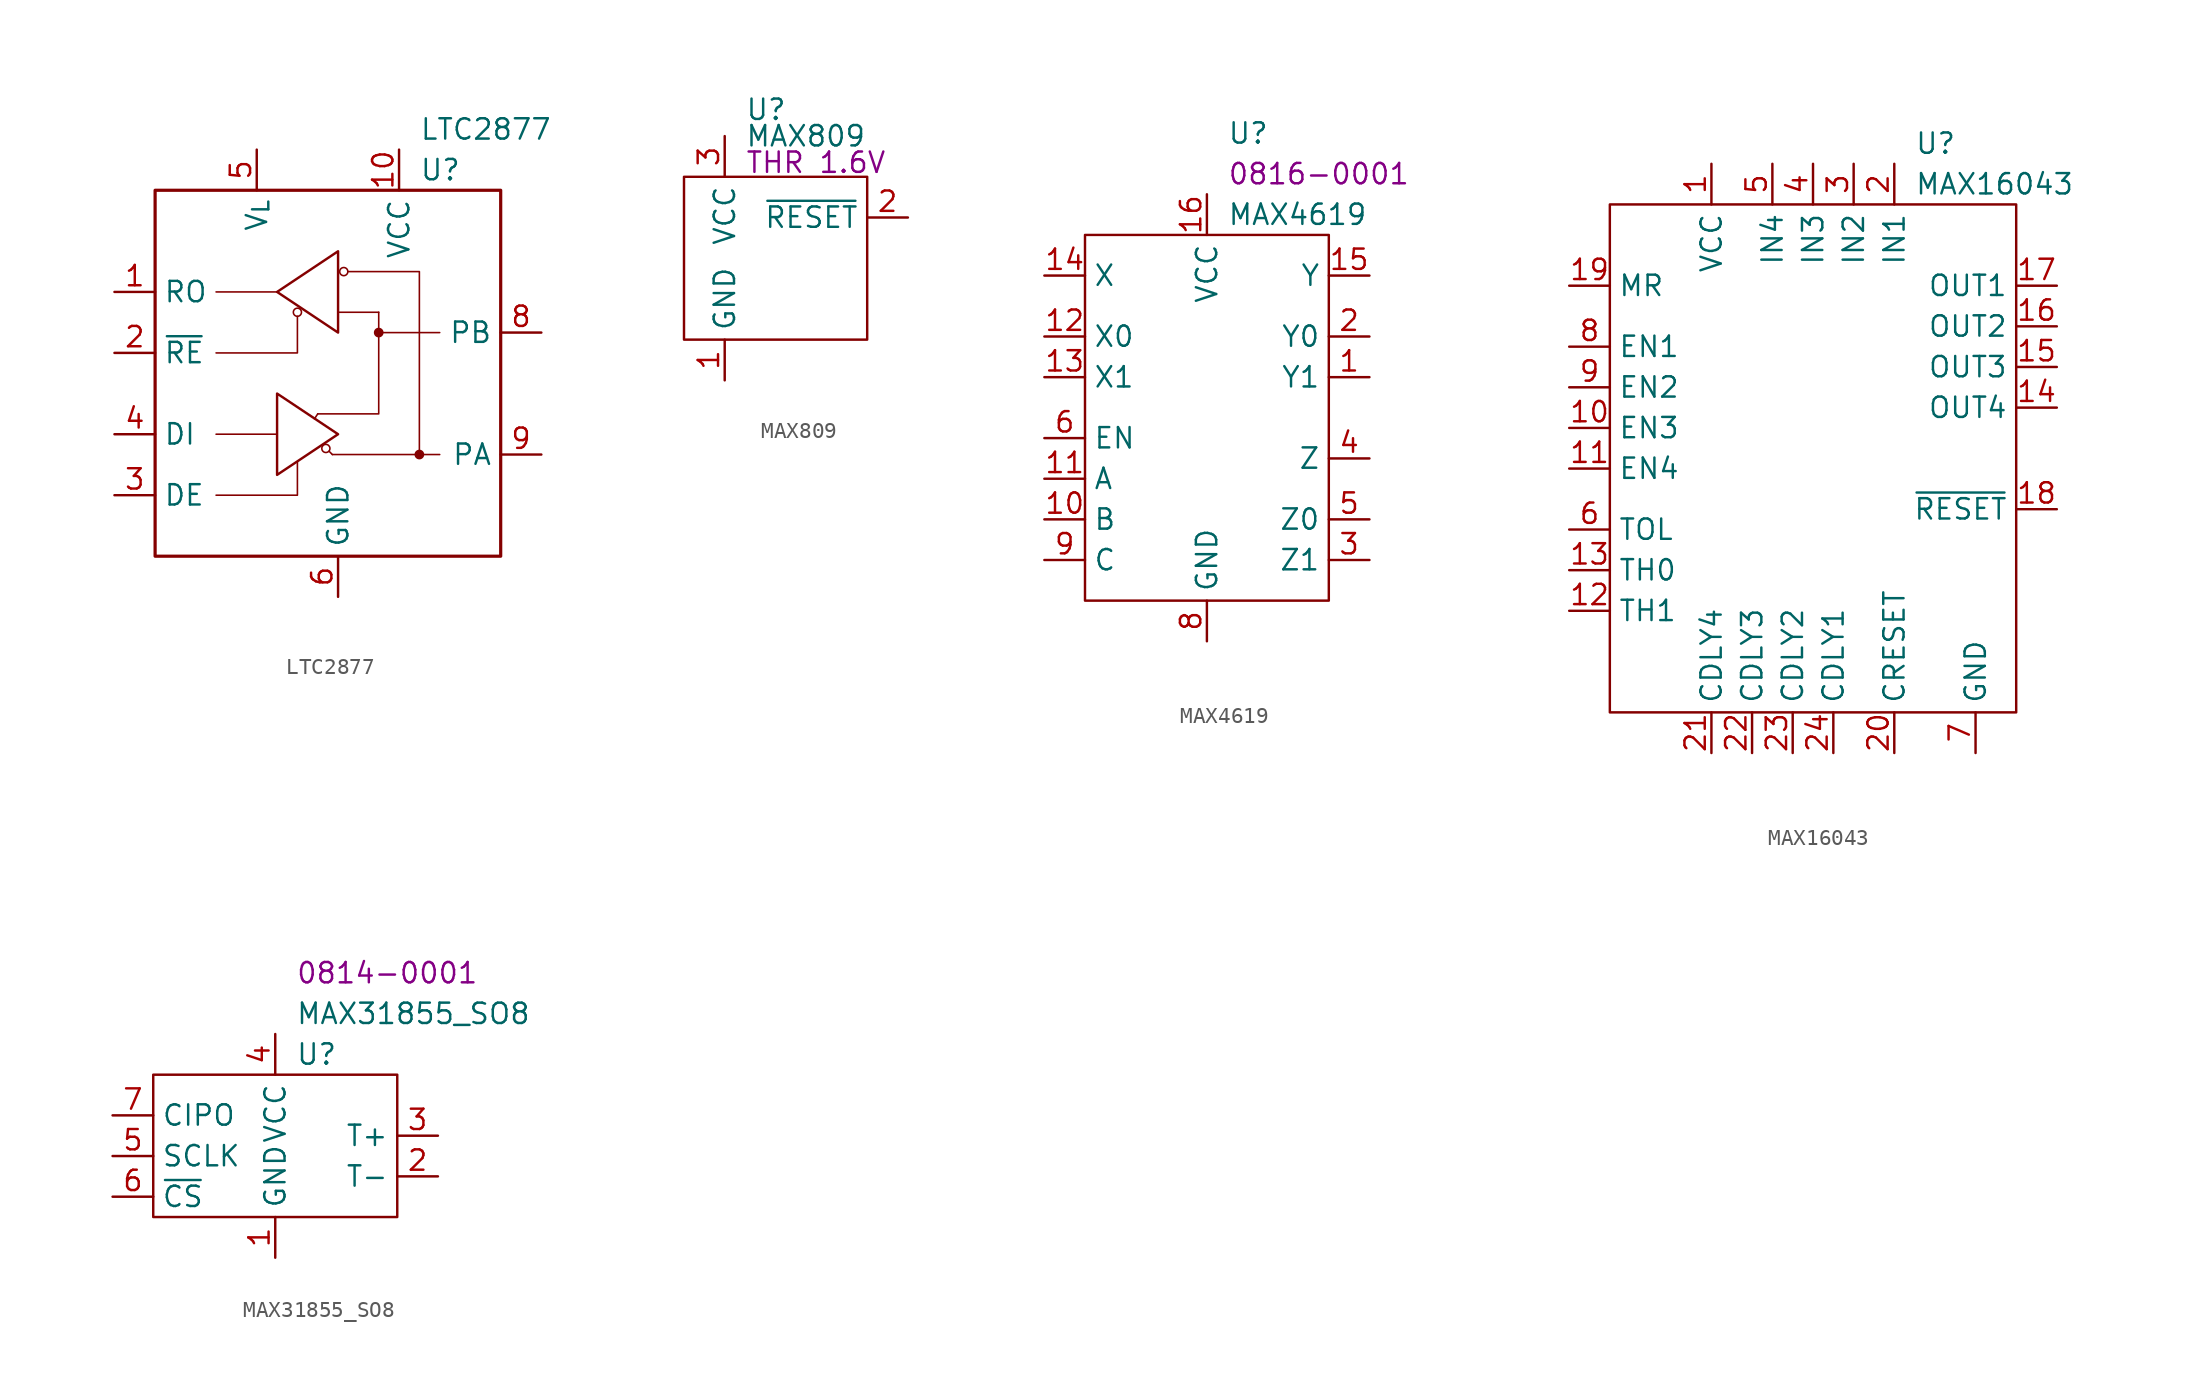
<source format=kicad_sym>
(kicad_symbol_lib
  (version 20220914)
  (generator kicad_symbol_editor)
  (symbol "LTC2877"
    (property "Reference" "U"
      (at 16.51 1.27 0)
      (effects (font (size 1.27 1.27)) (justify left)))
    (property "Value" "LTC2877"
      (at 16.51 3.81 0)
      (effects (font (size 1.27 1.27)) (justify left)))
    (symbol "LTC2877_0_0"
      (pin output line (at -2.54 -6.35 0) (length 2.54) (name "RO" (effects (font (size 1.27 1.27)))) (number "1" (effects (font (size 1.27 1.27)))))
      (pin power_in line (at 15.24 2.54 270) (length 2.54) (name "VCC" (effects (font (size 1.27 1.27)))) (number "10" (effects (font (size 1.27 1.27)))))
      (pin power_in line (at 11.43 -25.4 90) (length 2.54) hide (name "GND" (effects (font (size 1.27 1.27)))) (number "11" (effects (font (size 1.27 1.27)))))
      (pin input line (at -2.54 -10.16 0) (length 2.54) (name "~{RE}" (effects (font (size 1.27 1.27)))) (number "2" (effects (font (size 1.27 1.27)))))
      (pin input line (at -2.54 -19.05 0) (length 2.54) (name "DE" (effects (font (size 1.27 1.27)))) (number "3" (effects (font (size 1.27 1.27)))))
      (pin input line (at -2.54 -15.24 0) (length 2.54) (name "DI" (effects (font (size 1.27 1.27)))) (number "4" (effects (font (size 1.27 1.27)))))
      (pin power_in line (at 6.35 2.54 270) (length 2.54) (name "V_{L}" (effects (font (size 1.27 1.27)))) (number "5" (effects (font (size 1.27 1.27)))))
      (pin power_in line (at 11.43 -25.4 90) (length 2.54) (name "GND" (effects (font (size 1.27 1.27)))) (number "6" (effects (font (size 1.27 1.27)))))
      (pin no_connect line (at 19.05 -20.32 180) (length 2.54) hide (name "NC" (effects (font (size 1.27 1.27)))) (number "7" (effects (font (size 1.27 1.27)))))
      (pin output line (at 24.13 -8.89 180) (length 2.54) (name "PB" (effects (font (size 1.27 1.27)))) (number "8" (effects (font (size 1.27 1.27)))))
      (pin output line (at 24.13 -16.51 180) (length 2.54) (name "PA" (effects (font (size 1.27 1.27)))) (number "9" (effects (font (size 1.27 1.27))))))
    (symbol "LTC2877_0_1"
      (polyline (pts (xy 7.62 -15.24) (xy 3.81 -15.24)) (stroke (width 0.1) (type default)) (fill (type none)))
      (polyline (pts (xy 7.62 -6.35) (xy 3.81 -6.35)) (stroke (width 0.1) (type default)) (fill (type none)))
      (polyline (pts (xy 10.16 -13.97) (xy 9.957 -14.275)) (stroke (width 0.1) (type default)) (fill (type none)))
      (polyline (pts (xy 11.074 -16.51) (xy 10.871 -16.307)) (stroke (width 0.1) (type default)) (fill (type none)))
      (polyline (pts (xy 11.43 -7.62) (xy 13.97 -7.62)) (stroke (width 0.1) (type default)) (fill (type none)))
      (polyline (pts (xy 13.97 -8.89) (xy 17.78 -8.89)) (stroke (width 0.1) (type default)) (fill (type none)))
      (polyline (pts (xy 16.51 -16.51) (xy 17.78 -16.51)) (stroke (width 0.1) (type default)) (fill (type none)))
      (polyline (pts (xy 3.81 -19.05) (xy 8.89 -19.05) (xy 8.89 -16.967)) (stroke (width 0.1) (type default)) (fill (type none)))
      (polyline (pts (xy 3.81 -10.16) (xy 8.89 -10.16) (xy 8.89 -7.874)) (stroke (width 0.1) (type default)) (fill (type none)))
      (polyline (pts (xy 10.16 -13.97) (xy 13.97 -13.97) (xy 13.97 -7.62)) (stroke (width 0.1) (type default)) (fill (type none)))
      (polyline (pts (xy 7.62 -12.7) (xy 7.62 -17.78) (xy 11.43 -15.24) (xy 7.62 -12.7)) (stroke (width 0) (type default)) (fill (type none)))
      (polyline (pts (xy 11.074 -16.51) (xy 16.51 -16.51) (xy 16.51 -5.08) (xy 12.065 -5.08)) (stroke (width 0.1) (type default)) (fill (type none)))
      (polyline (pts (xy 11.43 -8.89) (xy 11.43 -3.81) (xy 7.62 -6.35) (xy 11.43 -8.89)) (stroke (width 0) (type default)) (fill (type none)))
      (rectangle (start 0 0) (end 21.59 -22.86) (stroke (width 0.2) (type default)) (fill (type none)))
      (circle (center 8.89 -7.62) (radius 0.254) (stroke (width 0.1) (type default)) (fill (type none)))
      (circle (center 10.668 -16.129) (radius 0.254) (stroke (width 0.1) (type default)) (fill (type none)))
      (circle (center 11.786 -5.08) (radius 0.254) (stroke (width 0.1) (type default)) (fill (type none)))
      (circle (center 13.97 -8.89) (radius 0.254) (stroke (width 0.1) (type default)) (fill (type outline)))
      (circle (center 16.51 -16.51) (radius 0.254) (stroke (width 0.1) (type default)) (fill (type outline)))))
  (symbol "MAX809"
    (property "Reference" "U"
      (at 3.81 4.191 0)
      (effects (font (size 1.27 1.27)) (justify left)))
    (property "Value" "MAX809"
      (at 3.81 2.54 0)
      (effects (font (size 1.27 1.27)) (justify left)))
    (property "Threshold" "THR 1.6V"
      (at 3.81 0.889 0)
      (effects (font (size 1.27 1.27)) (justify left)))
    (symbol "MAX809_0_0"
      (pin power_in line (at 2.54 -12.7 90) (length 2.54) (name "GND" (effects (font (size 1.27 1.27)))) (number "1" (effects (font (size 1.27 1.27)))))
      (pin output line (at 13.97 -2.54 180) (length 2.54) (name "~{RESET}" (effects (font (size 1.27 1.27)))) (number "2" (effects (font (size 1.27 1.27)))))
      (pin power_in line (at 2.54 2.54 270) (length 2.54) (name "VCC" (effects (font (size 1.27 1.27)))) (number "3" (effects (font (size 1.27 1.27))))))
    (symbol "MAX809_0_1"
      (rectangle (start 0 0) (end 11.43 -10.16) (stroke (width 0) (type default)) (fill (type none)))))
  (symbol "MAX4619"
    (property "Reference" "U"
      (at 1.27 6.35 0)
      (effects (font (size 1.27 1.27)) (justify left)))
    (property "Value" "MAX4619"
      (at 1.27 1.27 0)
      (effects (font (size 1.27 1.27)) (justify left)))
    (property "PartNumber" "0816-0001"
      (at 1.27 3.81 0)
      (effects (font (size 1.27 1.27)) (justify left)))
    (symbol "MAX4619_0_0"
      (pin output line (at 10.16 -8.89 180) (length 2.54) (name "Y1" (effects (font (size 1.27 1.27)))) (number "1" (effects (font (size 1.27 1.27)))))
      (pin input line (at -10.16 -17.78 0) (length 2.54) (name "B" (effects (font (size 1.27 1.27)))) (number "10" (effects (font (size 1.27 1.27)))))
      (pin input line (at -10.16 -15.24 0) (length 2.54) (name "A" (effects (font (size 1.27 1.27)))) (number "11" (effects (font (size 1.27 1.27)))))
      (pin output line (at -10.16 -6.35 0) (length 2.54) (name "X0" (effects (font (size 1.27 1.27)))) (number "12" (effects (font (size 1.27 1.27)))))
      (pin output line (at -10.16 -8.89 0) (length 2.54) (name "X1" (effects (font (size 1.27 1.27)))) (number "13" (effects (font (size 1.27 1.27)))))
      (pin input line (at -10.16 -2.54 0) (length 2.54) (name "X" (effects (font (size 1.27 1.27)))) (number "14" (effects (font (size 1.27 1.27)))))
      (pin input line (at 10.16 -2.54 180) (length 2.54) (name "Y" (effects (font (size 1.27 1.27)))) (number "15" (effects (font (size 1.27 1.27)))))
      (pin power_in line (at 0 2.54 270) (length 2.54) (name "VCC" (effects (font (size 1.27 1.27)))) (number "16" (effects (font (size 1.27 1.27)))))
      (pin output line (at 10.16 -6.35 180) (length 2.54) (name "Y0" (effects (font (size 1.27 1.27)))) (number "2" (effects (font (size 1.27 1.27)))))
      (pin output line (at 10.16 -20.32 180) (length 2.54) (name "Z1" (effects (font (size 1.27 1.27)))) (number "3" (effects (font (size 1.27 1.27)))))
      (pin input line (at 10.16 -13.97 180) (length 2.54) (name "Z" (effects (font (size 1.27 1.27)))) (number "4" (effects (font (size 1.27 1.27)))))
      (pin output line (at 10.16 -17.78 180) (length 2.54) (name "Z0" (effects (font (size 1.27 1.27)))) (number "5" (effects (font (size 1.27 1.27)))))
      (pin input line (at -10.16 -12.7 0) (length 2.54) (name "EN" (effects (font (size 1.27 1.27)))) (number "6" (effects (font (size 1.27 1.27)))))
      (pin no_connect line (at 3.81 -25.4 90) (length 2.54) hide (name "NC" (effects (font (size 1.27 1.27)))) (number "7" (effects (font (size 1.27 1.27)))))
      (pin power_in line (at 0 -25.4 90) (length 2.54) (name "GND" (effects (font (size 1.27 1.27)))) (number "8" (effects (font (size 1.27 1.27)))))
      (pin input line (at -10.16 -20.32 0) (length 2.54) (name "C" (effects (font (size 1.27 1.27)))) (number "9" (effects (font (size 1.27 1.27))))))
    (symbol "MAX4619_0_1"
      (rectangle (start -7.62 0) (end 7.62 -22.86) (stroke (width 0) (type default)) (fill (type none)))))
  (symbol "MAX16043"
    (property "Reference" "U"
      (at 19.05 3.81 0)
      (effects (font (size 1.27 1.27)) (justify left)))
    (property "Value" "MAX16043"
      (at 19.05 1.27 0)
      (effects (font (size 1.27 1.27)) (justify left)))
    (symbol "MAX16043_0_0"
      (pin power_in line (at 6.35 2.54 270) (length 2.54) (name "VCC" (effects (font (size 1.27 1.27)))) (number "1" (effects (font (size 1.27 1.27)))))
      (pin input line (at -2.54 -13.97 0) (length 2.54) (name "EN3" (effects (font (size 1.27 1.27)))) (number "10" (effects (font (size 1.27 1.27)))))
      (pin input line (at -2.54 -16.51 0) (length 2.54) (name "EN4" (effects (font (size 1.27 1.27)))) (number "11" (effects (font (size 1.27 1.27)))))
      (pin input line (at -2.54 -25.4 0) (length 2.54) (name "TH1" (effects (font (size 1.27 1.27)))) (number "12" (effects (font (size 1.27 1.27)))))
      (pin input line (at -2.54 -22.86 0) (length 2.54) (name "TH0" (effects (font (size 1.27 1.27)))) (number "13" (effects (font (size 1.27 1.27)))))
      (pin output line (at 27.94 -12.7 180) (length 2.54) (name "OUT4" (effects (font (size 1.27 1.27)))) (number "14" (effects (font (size 1.27 1.27)))))
      (pin output line (at 27.94 -10.16 180) (length 2.54) (name "OUT3" (effects (font (size 1.27 1.27)))) (number "15" (effects (font (size 1.27 1.27)))))
      (pin output line (at 27.94 -7.62 180) (length 2.54) (name "OUT2" (effects (font (size 1.27 1.27)))) (number "16" (effects (font (size 1.27 1.27)))))
      (pin output line (at 27.94 -5.08 180) (length 2.54) (name "OUT1" (effects (font (size 1.27 1.27)))) (number "17" (effects (font (size 1.27 1.27)))))
      (pin output line (at 27.94 -19.05 180) (length 2.54) (name "~{RESET}" (effects (font (size 1.27 1.27)))) (number "18" (effects (font (size 1.27 1.27)))))
      (pin input line (at -2.54 -5.08 0) (length 2.54) (name "MR" (effects (font (size 1.27 1.27)))) (number "19" (effects (font (size 1.27 1.27)))))
      (pin input line (at 17.78 2.54 270) (length 2.54) (name "IN1" (effects (font (size 1.27 1.27)))) (number "2" (effects (font (size 1.27 1.27)))))
      (pin input line (at 17.78 -34.29 90) (length 2.54) (name "CRESET" (effects (font (size 1.27 1.27)))) (number "20" (effects (font (size 1.27 1.27)))))
      (pin passive line (at 6.35 -34.29 90) (length 2.54) (name "CDLY4" (effects (font (size 1.27 1.27)))) (number "21" (effects (font (size 1.27 1.27)))))
      (pin passive line (at 8.89 -34.29 90) (length 2.54) (name "CDLY3" (effects (font (size 1.27 1.27)))) (number "22" (effects (font (size 1.27 1.27)))))
      (pin passive line (at 11.43 -34.29 90) (length 2.54) (name "CDLY2" (effects (font (size 1.27 1.27)))) (number "23" (effects (font (size 1.27 1.27)))))
      (pin passive line (at 13.97 -34.29 90) (length 2.54) (name "CDLY1" (effects (font (size 1.27 1.27)))) (number "24" (effects (font (size 1.27 1.27)))))
      (pin power_in line (at 22.86 -34.29 90) (length 2.54) hide (name "GND" (effects (font (size 1.27 1.27)))) (number "25" (effects (font (size 1.27 1.27)))))
      (pin input line (at 15.24 2.54 270) (length 2.54) (name "IN2" (effects (font (size 1.27 1.27)))) (number "3" (effects (font (size 1.27 1.27)))))
      (pin input line (at 12.7 2.54 270) (length 2.54) (name "IN3" (effects (font (size 1.27 1.27)))) (number "4" (effects (font (size 1.27 1.27)))))
      (pin input line (at 10.16 2.54 270) (length 2.54) (name "IN4" (effects (font (size 1.27 1.27)))) (number "5" (effects (font (size 1.27 1.27)))))
      (pin input line (at -2.54 -20.32 0) (length 2.54) (name "TOL" (effects (font (size 1.27 1.27)))) (number "6" (effects (font (size 1.27 1.27)))))
      (pin power_in line (at 22.86 -34.29 90) (length 2.54) (name "GND" (effects (font (size 1.27 1.27)))) (number "7" (effects (font (size 1.27 1.27)))))
      (pin input line (at -2.54 -8.89 0) (length 2.54) (name "EN1" (effects (font (size 1.27 1.27)))) (number "8" (effects (font (size 1.27 1.27)))))
      (pin input line (at -2.54 -11.43 0) (length 2.54) (name "EN2" (effects (font (size 1.27 1.27)))) (number "9" (effects (font (size 1.27 1.27))))))
    (symbol "MAX16043_0_1"
      (rectangle (start 0 0) (end 25.4 -31.75) (stroke (width 0) (type default)) (fill (type none)))))
  (symbol "MAX31855_SO8"
    (property "Reference" "U"
      (at 1.27 6.35 0)
      (effects (font (size 1.27 1.27)) (justify left)))
    (property "Value" "MAX31855_SO8"
      (at 1.27 8.89 0)
      (effects (font (size 1.27 1.27)) (justify left)))
    (property "PartNumber" "0814-0001"
      (at 1.27 11.43 0)
      (effects (font (size 1.27 1.27)) (justify left)))
    (symbol "MAX31855_SO8_0_0"
      (pin unspecified line (at 0 -6.35 90) (length 2.54) (name "GND" (effects (font (size 1.27 1.27)))) (number "1" (effects (font (size 1.27 1.27)))))
      (pin unspecified line (at 10.16 -1.27 180) (length 2.54) (name "T-" (effects (font (size 1.27 1.27)))) (number "2" (effects (font (size 1.27 1.27)))))
      (pin unspecified line (at 10.16 1.27 180) (length 2.54) (name "T+" (effects (font (size 1.27 1.27)))) (number "3" (effects (font (size 1.27 1.27)))))
      (pin unspecified line (at 0 7.62 270) (length 2.54) (name "VCC" (effects (font (size 1.27 1.27)))) (number "4" (effects (font (size 1.27 1.27)))))
      (pin unspecified line (at -10.16 0 0) (length 2.54) (name "SCLK" (effects (font (size 1.27 1.27)))) (number "5" (effects (font (size 1.27 1.27)))))
      (pin unspecified line (at -10.16 -2.54 0) (length 2.54) (name "~{CS}" (effects (font (size 1.27 1.27)))) (number "6" (effects (font (size 1.27 1.27)))))
      (pin unspecified line (at -10.16 2.54 0) (length 2.54) (name "CIPO" (effects (font (size 1.27 1.27)))) (number "7" (effects (font (size 1.27 1.27))))))
    (symbol "MAX31855_SO8_0_1"
      (rectangle (start -7.62 5.08) (end 7.62 -3.81) (stroke (width 0) (type default)) (fill (type none))))))
</source>
